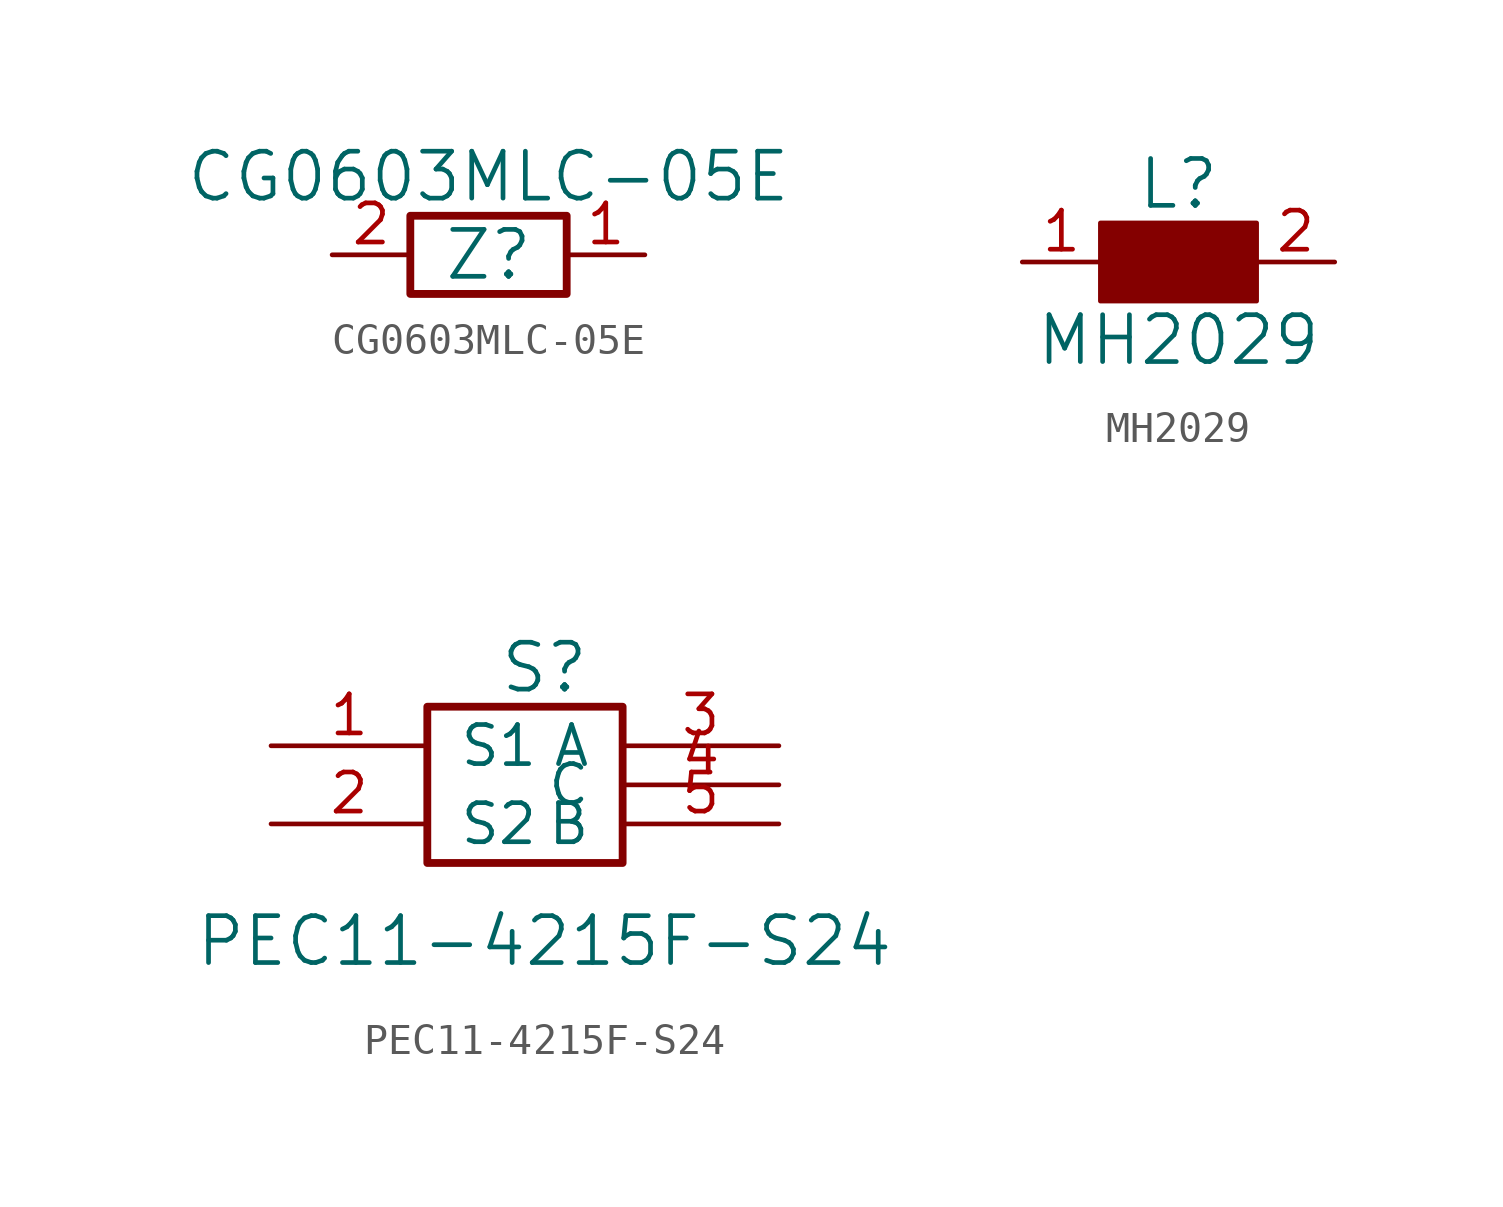
<source format=kicad_sym>
(kicad_symbol_lib
  (version 20241209)
  (generator "kicad_symbol_editor")
  (generator_version "9.0")
  (symbol "CG0603MLC-05E"
    (pin_names
      (offset 0)
      (hide yes))
    (property "Reference" "Z"
      (at 0 0 0)
      (effects (font (size 1.524 1.524))))
    (property "Value" "CG0603MLC-05E"
      (at 0 2.54 0)
      (effects (font (size 1.524 1.524))))
    (symbol "CG0603MLC-05E_0_1"
      (rectangle (start -2.54 1.27) (end 2.54 -1.27) (stroke (width 0.254) (type solid)) (fill (type none))))
    (symbol "CG0603MLC-05E_1_1"
      (pin passive line (at -5.08 0 0) (length 2.54) (name "2" (effects (font (size 1.27 1.27)))) (number "2" (effects (font (size 1.27 1.27)))))
      (pin passive line (at 5.08 0 180) (length 2.54) (name "1" (effects (font (size 1.27 1.27)))) (number "1" (effects (font (size 1.27 1.27)))))))
  (symbol "MH2029"
    (pin_names
      (offset 0)
      (hide yes))
    (property "Reference" "L"
      (at 0 2.54 0)
      (effects (font (size 1.524 1.524))))
    (property "Value" "MH2029"
      (at 0 -2.54 0)
      (effects (font (size 1.524 1.524))))
    (symbol "MH2029_0_1"
      (rectangle (start -2.54 1.27) (end 2.54 -1.27) (stroke (width 0) (type solid)) (fill (type outline))))
    (symbol "MH2029_1_1"
      (pin passive line (at -5.08 0 0) (length 2.54) (name "1" (effects (font (size 1.27 1.27)))) (number "1" (effects (font (size 1.27 1.27)))))
      (pin passive line (at 5.08 0 180) (length 2.54) (name "2" (effects (font (size 1.27 1.27)))) (number "2" (effects (font (size 1.27 1.27)))))))
  (symbol "PEC11-4215F-S24"
    (pin_names
      (offset 1.016))
    (property "Reference" "S"
      (at 0 3.81 0)
      (effects (font (size 1.524 1.524))))
    (property "Value" "PEC11-4215F-S24"
      (at 0 -5.08 0)
      (effects (font (size 1.524 1.524))))
    (symbol "PEC11-4215F-S24_0_1"
      (rectangle (start -3.81 2.54) (end 2.54 -2.54) (stroke (width 0.254) (type solid)) (fill (type none))))
    (symbol "PEC11-4215F-S24_1_1"
      (pin passive line (at -8.89 1.27 0) (length 5.08) (name "S1" (effects (font (size 1.27 1.27)))) (number "1" (effects (font (size 1.27 1.27)))))
      (pin passive line (at -8.89 -1.27 0) (length 5.08) (name "S2" (effects (font (size 1.27 1.27)))) (number "2" (effects (font (size 1.27 1.27)))))
      (pin passive line (at 7.62 1.27 180) (length 5.08) (name "A" (effects (font (size 1.27 1.27)))) (number "3" (effects (font (size 1.27 1.27)))))
      (pin passive line (at 7.62 0 180) (length 5.08) (name "C" (effects (font (size 1.27 1.27)))) (number "4" (effects (font (size 1.27 1.27)))))
      (pin passive line (at 7.62 -1.27 180) (length 5.08) (name "B" (effects (font (size 1.27 1.27)))) (number "5" (effects (font (size 1.27 1.27))))))))
</source>
